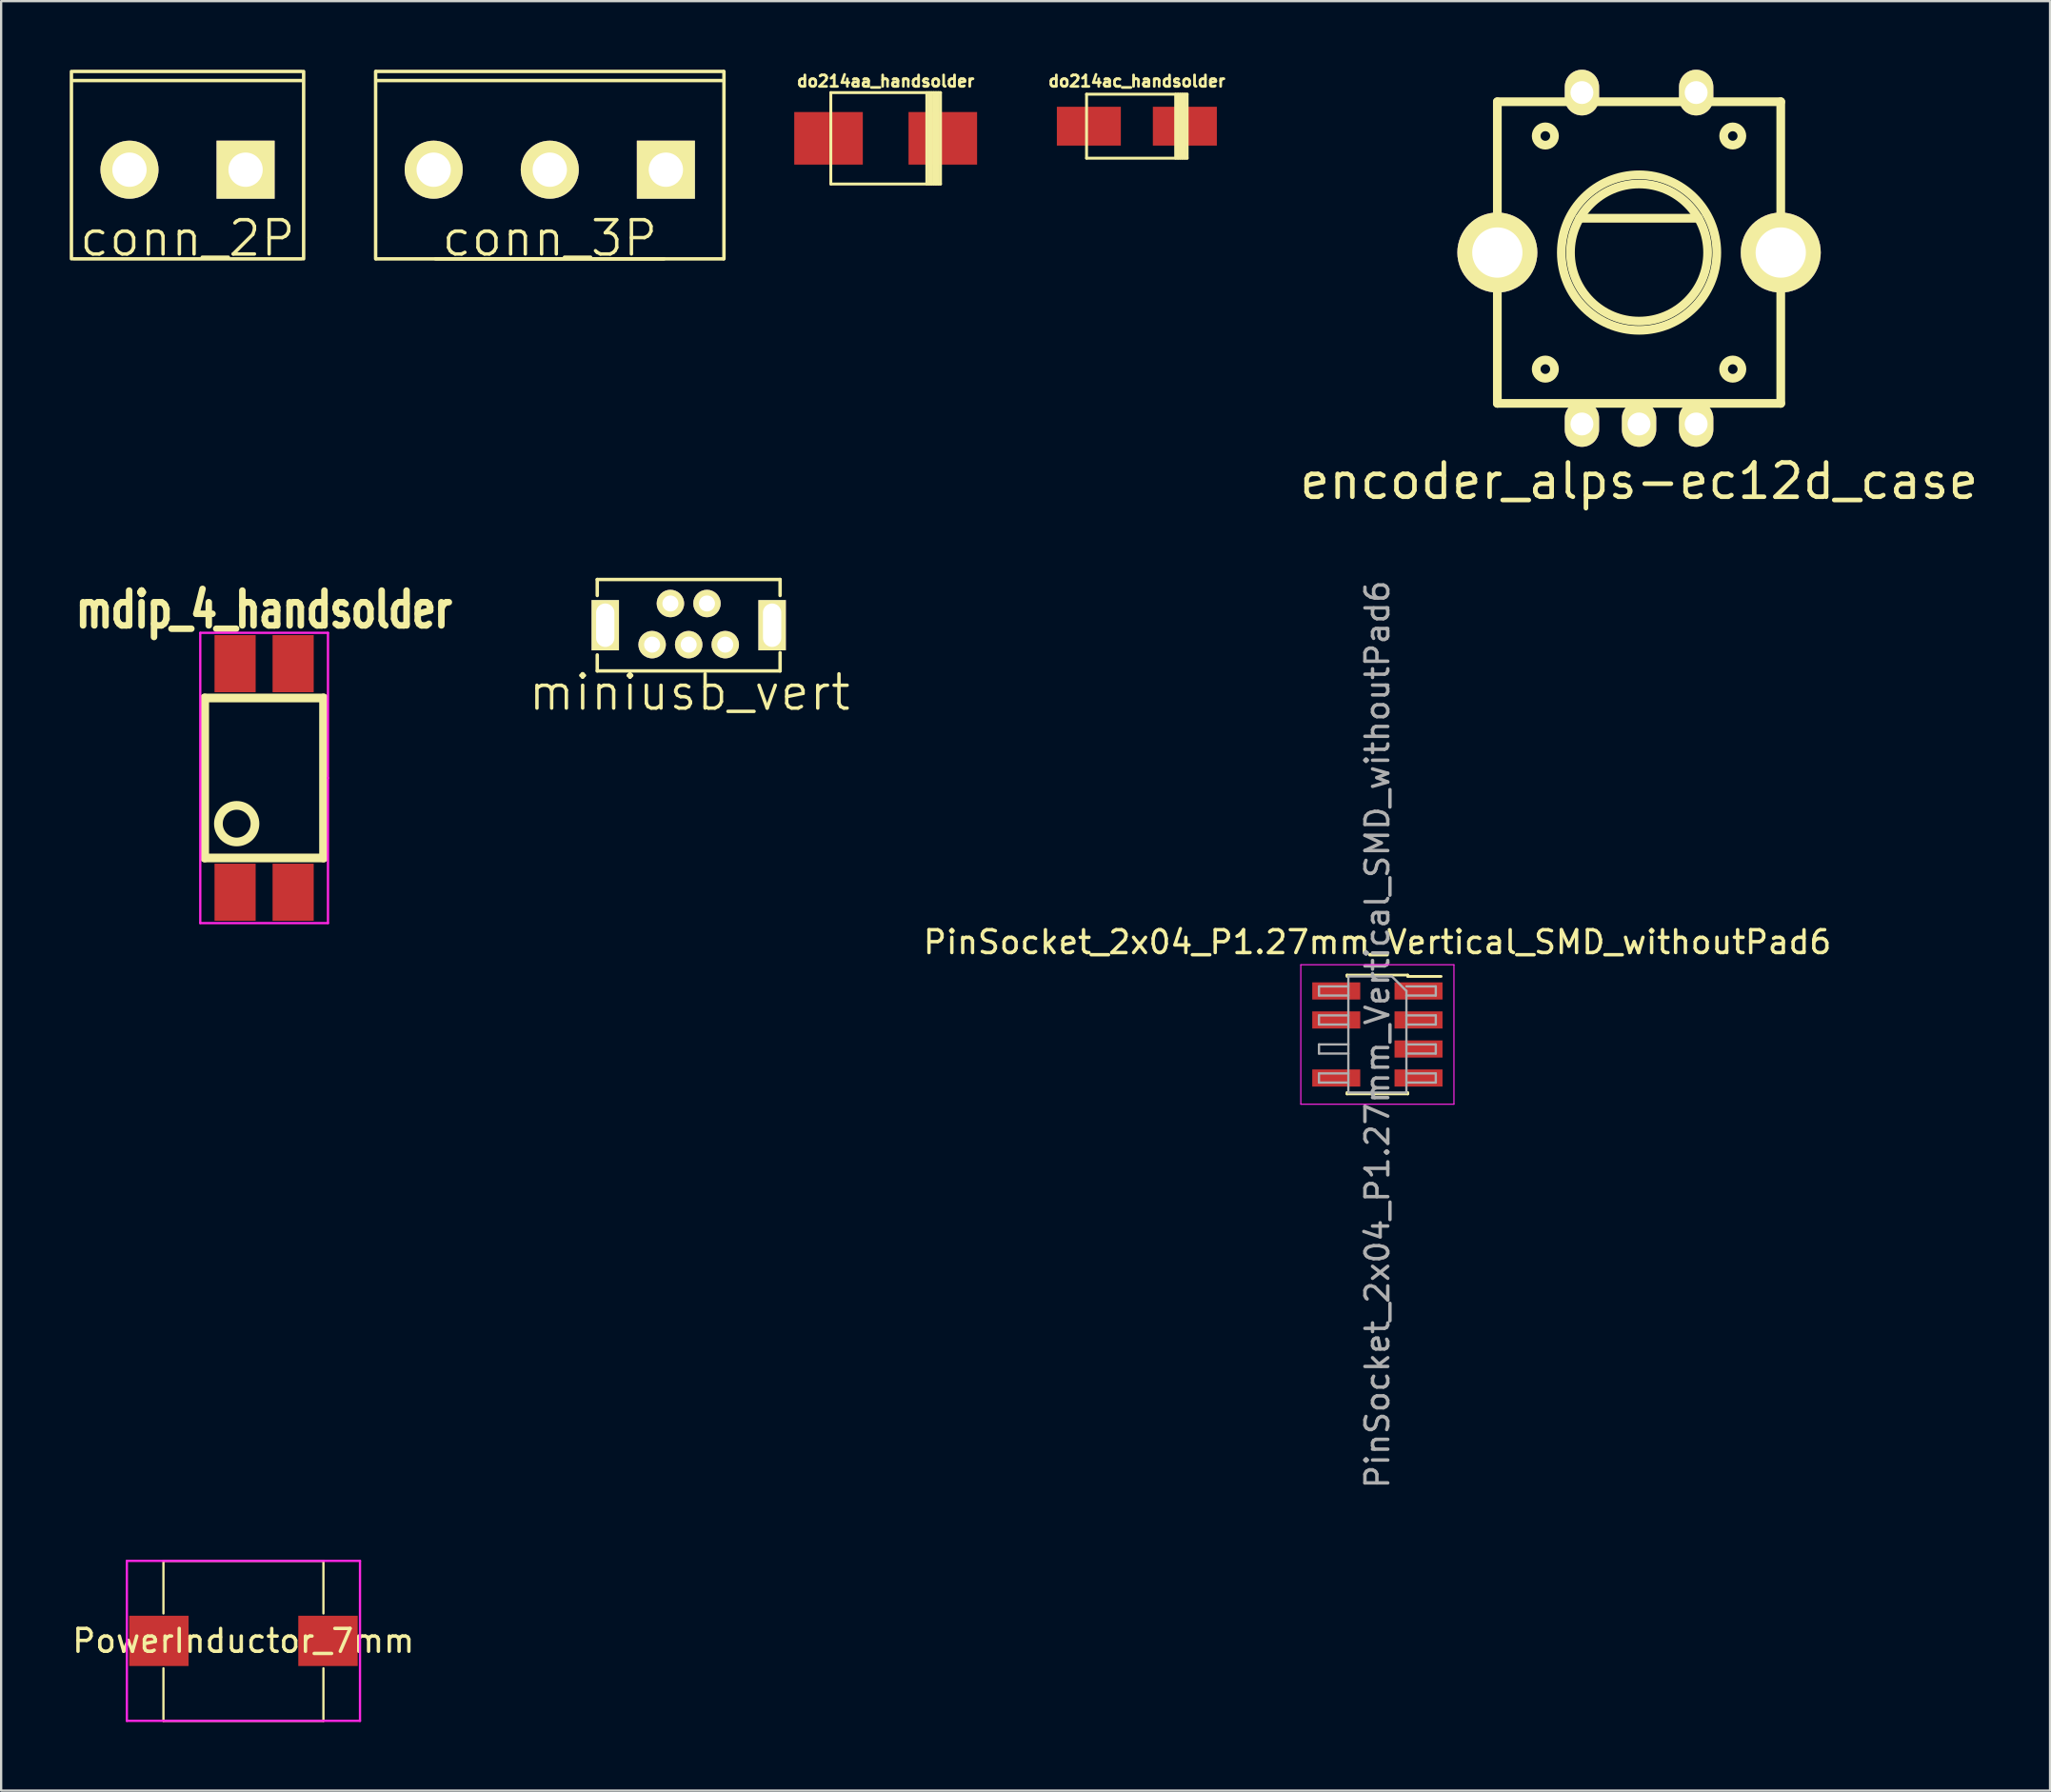
<source format=kicad_pcb>
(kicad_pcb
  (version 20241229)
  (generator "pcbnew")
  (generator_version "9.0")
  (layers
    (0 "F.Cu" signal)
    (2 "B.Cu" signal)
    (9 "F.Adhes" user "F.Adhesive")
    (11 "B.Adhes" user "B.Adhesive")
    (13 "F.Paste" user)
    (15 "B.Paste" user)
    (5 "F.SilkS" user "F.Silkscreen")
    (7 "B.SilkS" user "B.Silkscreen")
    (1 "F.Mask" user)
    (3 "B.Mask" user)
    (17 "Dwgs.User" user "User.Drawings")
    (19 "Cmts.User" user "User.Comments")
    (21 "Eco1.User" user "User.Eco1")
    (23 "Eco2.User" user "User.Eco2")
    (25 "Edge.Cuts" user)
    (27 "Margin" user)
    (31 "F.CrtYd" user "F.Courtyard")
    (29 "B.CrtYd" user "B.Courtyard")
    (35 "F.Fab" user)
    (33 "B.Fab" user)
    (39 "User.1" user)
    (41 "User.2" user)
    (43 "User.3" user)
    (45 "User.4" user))
  (footprint "PowerInductor_7mm"
    (layer "F.Cu")
    (at 7.601 68.744)
    (property "Reference" "PowerInductor_7mm" (at 0 0 0) (layer "F.SilkS") (effects (font (size 1 1) (thickness 0.15))))
    (attr through_hole)
    (fp_line (start -3.5 -3.5) (end 3.5 -3.5) (stroke (width 0.1) (type solid)) (layer "F.SilkS"))
    (fp_line (start -3.5 -1.2) (end -3.5 -3.5) (stroke (width 0.1) (type solid)) (layer "F.SilkS"))
    (fp_line (start -3.5 3.5) (end -3.5 1.2) (stroke (width 0.1) (type solid)) (layer "F.SilkS"))
    (fp_line (start 3.5 -3.5) (end 3.5 -1.2) (stroke (width 0.1) (type solid)) (layer "F.SilkS"))
    (fp_line (start 3.5 1.2) (end 3.5 3.5) (stroke (width 0.1) (type solid)) (layer "F.SilkS"))
    (fp_line (start 3.5 3.5) (end -3.5 3.5) (stroke (width 0.1) (type solid)) (layer "F.SilkS"))
    (fp_line (start -5.1 -3.5) (end 5.1 -3.5) (stroke (width 0.1) (type solid)) (layer "F.CrtYd"))
    (fp_line (start -5.1 0) (end -5.1 -3.5) (stroke (width 0.1) (type solid)) (layer "F.CrtYd"))
    (fp_line (start -5.1 3.5) (end -5.1 0) (stroke (width 0.1) (type solid)) (layer "F.CrtYd"))
    (fp_line (start 5.1 -3.5) (end 5.1 3.5) (stroke (width 0.1) (type solid)) (layer "F.CrtYd"))
    (fp_line (start 5.1 3.5) (end -5.1 3.5) (stroke (width 0.1) (type solid)) (layer "F.CrtYd"))
    (pad "1" smd rect (at 3.7 0) (size 2.6 2.2) (layers "F.Cu" "F.Mask" "F.Paste"))
    (pad "2" smd rect (at -3.7 0) (size 2.6 2.2) (layers "F.Cu" "F.Mask" "F.Paste")))
  (footprint "do214ac_handsolder"
    (layer "F.Cu")
    (at 46.691 2.471)
    (property "Reference" "do214ac_handsolder" (at 0 -1.968 0) (layer "F.SilkS") (effects (font (size 0.5 0.5) (thickness 0.119))))
    (attr through_hole)
    (fp_line (start -2.2 -1.4) (end -2.2 1.4) (stroke (width 0.127) (type solid)) (layer "F.SilkS"))
    (fp_line (start -2.2 1.4) (end 2.2 1.4) (stroke (width 0.127) (type solid)) (layer "F.SilkS"))
    (fp_line (start 1.699 -1.4) (end 1.699 1.4) (stroke (width 0.127) (type solid)) (layer "F.SilkS"))
    (fp_line (start 1.801 -1.4) (end 1.801 1.4) (stroke (width 0.127) (type solid)) (layer "F.SilkS"))
    (fp_line (start 1.9 1.4) (end 1.9 -1.4) (stroke (width 0.127) (type solid)) (layer "F.SilkS"))
    (fp_line (start 1.999 -1.4) (end 1.999 1.4) (stroke (width 0.127) (type solid)) (layer "F.SilkS"))
    (fp_line (start 2.101 1.4) (end 2.101 -1.4) (stroke (width 0.127) (type solid)) (layer "F.SilkS"))
    (fp_line (start 2.2 -1.4) (end -2.2 -1.4) (stroke (width 0.127) (type solid)) (layer "F.SilkS"))
    (fp_line (start 2.2 1.4) (end 2.2 -1.4) (stroke (width 0.127) (type solid)) (layer "F.SilkS"))
    (pad "1" smd rect (at -2.1 0) (size 2.8 1.699) (layers "F.Cu" "F.Mask" "F.Paste"))
    (pad "2" smd rect (at 2.1 0) (size 2.8 1.699) (layers "F.Cu" "F.Mask" "F.Paste")))
  (footprint "encoder_alps-ec12d_case"
    (layer "F.Cu")
    (at 68.664 8)
    (property "Reference" "encoder_alps-ec12d_case" (at 0 10 0) (layer "F.SilkS") (effects (font (size 1.501 1.501) (thickness 0.201))))
    (attr through_hole)
    (fp_line (start -6.2 -6.599) (end -6.2 6.599) (stroke (width 0.381) (type solid)) (layer "F.SilkS"))
    (fp_line (start -6.2 6.599) (end 6.2 6.599) (stroke (width 0.381) (type solid)) (layer "F.SilkS"))
    (fp_line (start -2.601 -1.501) (end 2.601 -1.501) (stroke (width 0.381) (type solid)) (layer "F.SilkS"))
    (fp_line (start 6.2 -6.599) (end -6.2 -6.599) (stroke (width 0.381) (type solid)) (layer "F.SilkS"))
    (fp_line (start 6.2 6.599) (end 6.2 -6.599) (stroke (width 0.381) (type solid)) (layer "F.SilkS"))
    (fp_circle (center -4.1 -5.1) (end -4.501 -5.1) (stroke (width 0.381) (type solid)) (fill no) (layer "F.SilkS"))
    (fp_circle (center -4.1 5.1) (end -4.501 5.1) (stroke (width 0.381) (type solid)) (fill no) (layer "F.SilkS"))
    (fp_circle (center 0 0) (end -3.401 0) (stroke (width 0.381) (type solid)) (fill no) (layer "F.SilkS"))
    (fp_circle (center 0 0) (end -3 0) (stroke (width 0.381) (type solid)) (fill no) (layer "F.SilkS"))
    (fp_circle (center 4.1 -5.1) (end 3.701 -5.1) (stroke (width 0.381) (type solid)) (fill no) (layer "F.SilkS"))
    (fp_circle (center 4.1 5.1) (end 4.501 5.1) (stroke (width 0.381) (type solid)) (fill no) (layer "F.SilkS"))
    (pad "1" thru_hole oval (at -2.499 7.501) (size 1.501 1.999) (drill 1.001) (layers "*.Cu" "*.Mask" "F.SilkS"))
    (pad "2" thru_hole oval (at 0 7.501) (size 1.501 1.999) (drill 1.001) (layers "*.Cu" "*.Mask" "F.SilkS"))
    (pad "3" thru_hole oval (at 2.499 7.501) (size 1.501 1.999) (drill 1.001) (layers "*.Cu" "*.Mask" "F.SilkS"))
    (pad "4" thru_hole oval (at 2.499 -7) (size 1.501 1.999) (drill 1.001) (layers "*.Cu" "*.Mask" "F.SilkS"))
    (pad "5" thru_hole oval (at -2.499 -7) (size 1.501 1.999) (drill 1.001) (layers "*.Cu" "*.Mask" "F.SilkS"))
    (pad "6" thru_hole circle (at -6.2 0) (size 3.5 3.5) (drill 2.2) (layers "*.Cu" "*.Mask" "F.SilkS"))
    (pad "6" thru_hole circle (at 6.2 0) (size 3.5 3.5) (drill 2.2) (layers "*.Cu" "*.Mask" "F.SilkS")))
  (footprint "conn_3P"
    (layer "F.Cu")
    (at 21.005 4.375)
    (property "Reference" "conn_3P" (at 0 3 0) (layer "F.SilkS") (effects (font (size 1.5 1.5) (thickness 0.15))))
    (attr through_hole)
    (fp_line (start -7.62 -4.3) (end -7.62 3.9) (stroke (width 0.15) (type solid)) (layer "F.SilkS"))
    (fp_line (start -7.6 -4.3) (end 7.6 -4.3) (stroke (width 0.15) (type solid)) (layer "F.SilkS"))
    (fp_line (start -7.6 -3.9) (end 7.6 -3.9) (stroke (width 0.15) (type solid)) (layer "F.SilkS"))
    (fp_line (start -7.6 3.9) (end 7.6 3.9) (stroke (width 0.15) (type solid)) (layer "F.SilkS"))
    (fp_line (start -5 3.9) (end 5 3.9) (stroke (width 0.15) (type solid)) (layer "F.SilkS"))
    (fp_line (start 7.62 3.9) (end 7.62 -4.3) (stroke (width 0.15) (type solid)) (layer "F.SilkS"))
    (pad "1" thru_hole rect (at 5.08 0) (size 2.54 2.54) (drill 1.5) (layers "*.Cu" "*.Mask" "F.SilkS"))
    (pad "2" thru_hole circle (at 0 0) (size 2.54 2.54) (drill 1.5) (layers "*.Cu" "*.Mask" "F.SilkS"))
    (pad "3" thru_hole circle (at -5.08 0) (size 2.54 2.54) (drill 1.5) (layers "*.Cu" "*.Mask" "F.SilkS")))
  (footprint "mdip_4_handsolder"
    (layer "F.Cu")
    (at 8.506 30.989)
    (property "Reference" "mdip_4_handsolder" (at 0 -7.366 0) (layer "F.SilkS") (effects (font (size 1.524 1.143) (thickness 0.287))))
    (attr through_hole)
    (fp_line (start -2.6 -3.5) (end -2.6 3.5) (stroke (width 0.381) (type solid)) (layer "F.SilkS"))
    (fp_line (start -2.6 3.5) (end 2.6 3.5) (stroke (width 0.381) (type solid)) (layer "F.SilkS"))
    (fp_line (start 2.6 -3.5) (end -2.6 -3.5) (stroke (width 0.381) (type solid)) (layer "F.SilkS"))
    (fp_line (start 2.6 3.5) (end 2.6 -3.5) (stroke (width 0.381) (type solid)) (layer "F.SilkS"))
    (fp_circle (center -1.2 2) (end -2 2) (stroke (width 0.381) (type solid)) (fill no) (layer "F.SilkS"))
    (fp_line (start -2.794 -6.35) (end -2.794 6.35) (stroke (width 0.1) (type solid)) (layer "F.CrtYd"))
    (fp_line (start -2.794 6.35) (end 2.794 6.35) (stroke (width 0.1) (type solid)) (layer "F.CrtYd"))
    (fp_line (start 2.794 -6.35) (end -2.794 -6.35) (stroke (width 0.1) (type solid)) (layer "F.CrtYd"))
    (fp_line (start 2.794 0) (end 2.794 -6.35) (stroke (width 0.1) (type solid)) (layer "F.CrtYd"))
    (fp_line (start 2.794 6.35) (end 2.794 0) (stroke (width 0.1) (type solid)) (layer "F.CrtYd"))
    (pad "1" smd rect (at -1.27 5) (size 1.8 2.5) (layers "F.Cu" "F.Mask" "F.Paste"))
    (pad "2" smd rect (at 1.27 5) (size 1.8 2.5) (layers "F.Cu" "F.Mask" "F.Paste"))
    (pad "3" smd rect (at 1.27 -5) (size 1.8 2.5) (layers "F.Cu" "F.Mask" "F.Paste"))
    (pad "4" smd rect (at -1.27 -5) (size 1.8 2.5) (layers "F.Cu" "F.Mask" "F.Paste")))
  (footprint "conn_2P"
    (layer "F.Cu")
    (at 5.155 4.375)
    (property "Reference" "conn_2P" (at 0 3 0) (layer "F.SilkS") (effects (font (size 1.5 1.5) (thickness 0.15))))
    (attr through_hole)
    (fp_line (start -5.08 -4.3) (end -5.08 3.9) (stroke (width 0.15) (type solid)) (layer "F.SilkS"))
    (fp_line (start -5 -3.9) (end 5 -3.9) (stroke (width 0.15) (type solid)) (layer "F.SilkS"))
    (fp_line (start -5 3.9) (end 5 3.9) (stroke (width 0.15) (type solid)) (layer "F.SilkS"))
    (fp_line (start 5 -4.3) (end -5 -4.3) (stroke (width 0.15) (type solid)) (layer "F.SilkS"))
    (fp_line (start 5.08 3.9) (end 5.08 -4.3) (stroke (width 0.15) (type solid)) (layer "F.SilkS"))
    (pad "1" thru_hole rect (at 2.54 0) (size 2.54 2.54) (drill 1.5) (layers "*.Cu" "*.Mask" "F.SilkS"))
    (pad "2" thru_hole circle (at -2.54 0) (size 2.54 2.54) (drill 1.5) (layers "*.Cu" "*.Mask" "F.SilkS")))
  (footprint "PinSocket_2x04_P1.27mm_Vertical_SMD_withoutPad6"
    (layer "F.Cu")
    (at 57.215 42.212)
    (property "Reference" "PinSocket_2x04_P1.27mm_Vertical_SMD_withoutPad6" (at 0 -4.04 0) (layer "F.SilkS") (effects (font (size 1 1) (thickness 0.15))))
    (attr smd)
    (fp_line (start -1.33 -2.6) (end -1.33 -2.54) (stroke (width 0.12) (type solid)) (layer "F.SilkS"))
    (fp_line (start -1.33 -2.6) (end 1.33 -2.6) (stroke (width 0.12) (type solid)) (layer "F.SilkS"))
    (fp_line (start -1.33 2.54) (end -1.33 2.6) (stroke (width 0.12) (type solid)) (layer "F.SilkS"))
    (fp_line (start -1.33 2.6) (end 1.33 2.6) (stroke (width 0.12) (type solid)) (layer "F.SilkS"))
    (fp_line (start 1.33 -2.6) (end 1.33 -2.54) (stroke (width 0.12) (type solid)) (layer "F.SilkS"))
    (fp_line (start 1.33 -2.54) (end 2.79 -2.54) (stroke (width 0.12) (type solid)) (layer "F.SilkS"))
    (fp_line (start 1.33 2.54) (end 1.33 2.6) (stroke (width 0.12) (type solid)) (layer "F.SilkS"))
    (fp_line (start -3.35 -3.05) (end 3.35 -3.05) (stroke (width 0.05) (type solid)) (layer "F.CrtYd"))
    (fp_line (start -3.35 3.05) (end -3.35 -3.05) (stroke (width 0.05) (type solid)) (layer "F.CrtYd"))
    (fp_line (start 3.35 -3.05) (end 3.35 3.05) (stroke (width 0.05) (type solid)) (layer "F.CrtYd"))
    (fp_line (start 3.35 3.05) (end -3.35 3.05) (stroke (width 0.05) (type solid)) (layer "F.CrtYd"))
    (fp_line (start -2.555 -2.105) (end -1.27 -2.105) (stroke (width 0.1) (type solid)) (layer "F.Fab"))
    (fp_line (start -2.555 -1.705) (end -2.555 -2.105) (stroke (width 0.1) (type solid)) (layer "F.Fab"))
    (fp_line (start -2.555 -0.835) (end -1.27 -0.835) (stroke (width 0.1) (type solid)) (layer "F.Fab"))
    (fp_line (start -2.555 -0.435) (end -2.555 -0.835) (stroke (width 0.1) (type solid)) (layer "F.Fab"))
    (fp_line (start -2.555 0.435) (end -1.27 0.435) (stroke (width 0.1) (type solid)) (layer "F.Fab"))
    (fp_line (start -2.555 0.835) (end -2.555 0.435) (stroke (width 0.1) (type solid)) (layer "F.Fab"))
    (fp_line (start -2.555 1.705) (end -1.27 1.705) (stroke (width 0.1) (type solid)) (layer "F.Fab"))
    (fp_line (start -2.555 2.105) (end -2.555 1.705) (stroke (width 0.1) (type solid)) (layer "F.Fab"))
    (fp_line (start -1.27 -2.54) (end 0.635 -2.54) (stroke (width 0.1) (type solid)) (layer "F.Fab"))
    (fp_line (start -1.27 -1.705) (end -2.555 -1.705) (stroke (width 0.1) (type solid)) (layer "F.Fab"))
    (fp_line (start -1.27 -0.435) (end -2.555 -0.435) (stroke (width 0.1) (type solid)) (layer "F.Fab"))
    (fp_line (start -1.27 0.835) (end -2.555 0.835) (stroke (width 0.1) (type solid)) (layer "F.Fab"))
    (fp_line (start -1.27 2.105) (end -2.555 2.105) (stroke (width 0.1) (type solid)) (layer "F.Fab"))
    (fp_line (start -1.27 2.54) (end -1.27 -2.54) (stroke (width 0.1) (type solid)) (layer "F.Fab"))
    (fp_line (start 0.635 -2.54) (end 1.27 -1.905) (stroke (width 0.1) (type solid)) (layer "F.Fab"))
    (fp_line (start 1.27 -2.105) (end 2.555 -2.105) (stroke (width 0.1) (type solid)) (layer "F.Fab"))
    (fp_line (start 1.27 -1.905) (end 1.27 2.54) (stroke (width 0.1) (type solid)) (layer "F.Fab"))
    (fp_line (start 1.27 -0.835) (end 2.555 -0.835) (stroke (width 0.1) (type solid)) (layer "F.Fab"))
    (fp_line (start 1.27 0.435) (end 2.555 0.435) (stroke (width 0.1) (type solid)) (layer "F.Fab"))
    (fp_line (start 1.27 1.705) (end 2.555 1.705) (stroke (width 0.1) (type solid)) (layer "F.Fab"))
    (fp_line (start 1.27 2.54) (end -1.27 2.54) (stroke (width 0.1) (type solid)) (layer "F.Fab"))
    (fp_line (start 2.555 -2.105) (end 2.555 -1.705) (stroke (width 0.1) (type solid)) (layer "F.Fab"))
    (fp_line (start 2.555 -1.705) (end 1.27 -1.705) (stroke (width 0.1) (type solid)) (layer "F.Fab"))
    (fp_line (start 2.555 -0.835) (end 2.555 -0.435) (stroke (width 0.1) (type solid)) (layer "F.Fab"))
    (fp_line (start 2.555 -0.435) (end 1.27 -0.435) (stroke (width 0.1) (type solid)) (layer "F.Fab"))
    (fp_line (start 2.555 0.435) (end 2.555 0.835) (stroke (width 0.1) (type solid)) (layer "F.Fab"))
    (fp_line (start 2.555 0.835) (end 1.27 0.835) (stroke (width 0.1) (type solid)) (layer "F.Fab"))
    (fp_line (start 2.555 1.705) (end 2.555 2.105) (stroke (width 0.1) (type solid)) (layer "F.Fab"))
    (fp_line (start 2.555 2.105) (end 1.27 2.105) (stroke (width 0.1) (type solid)) (layer "F.Fab"))
    (fp_text user "${REFERENCE}" (at 0 0 90) (layer "F.Fab") (effects (font (size 1 1) (thickness 0.15))))
    (pad "1" smd rect (at 1.8 -1.905) (size 2.1 0.75) (layers "F.Cu" "F.Mask" "F.Paste"))
    (pad "2" smd rect (at -1.8 -1.905) (size 2.1 0.75) (layers "F.Cu" "F.Mask" "F.Paste"))
    (pad "3" smd rect (at 1.8 -0.635) (size 2.1 0.75) (layers "F.Cu" "F.Mask" "F.Paste"))
    (pad "4" smd rect (at -1.8 -0.635) (size 2.1 0.75) (layers "F.Cu" "F.Mask" "F.Paste"))
    (pad "5" smd rect (at 1.8 0.635) (size 2.1 0.75) (layers "F.Cu" "F.Mask" "F.Paste"))
    (pad "7" smd rect (at 1.8 1.905) (size 2.1 0.75) (layers "F.Cu" "F.Mask" "F.Paste"))
    (pad "8" smd rect (at -1.8 1.905) (size 2.1 0.75) (layers "F.Cu" "F.Mask" "F.Paste")))
  (footprint "do214aa_handsolder"
    (layer "F.Cu")
    (at 35.701 3.002)
    (property "Reference" "do214aa_handsolder" (at 0 -2.499 0) (layer "F.SilkS") (effects (font (size 0.5 0.5) (thickness 0.119))))
    (attr through_hole)
    (fp_line (start -2.4 -1.999) (end 2.4 -1.999) (stroke (width 0.127) (type solid)) (layer "F.SilkS"))
    (fp_line (start -2.4 1.999) (end -2.4 -1.999) (stroke (width 0.127) (type solid)) (layer "F.SilkS"))
    (fp_line (start 1.801 -1.999) (end 1.801 1.999) (stroke (width 0.127) (type solid)) (layer "F.SilkS"))
    (fp_line (start 1.9 -1.999) (end 1.9 1.999) (stroke (width 0.127) (type solid)) (layer "F.SilkS"))
    (fp_line (start 1.999 1.999) (end 1.999 -1.999) (stroke (width 0.127) (type solid)) (layer "F.SilkS"))
    (fp_line (start 2.101 -1.999) (end 2.101 1.999) (stroke (width 0.127) (type solid)) (layer "F.SilkS"))
    (fp_line (start 2.2 1.999) (end 2.2 -1.999) (stroke (width 0.127) (type solid)) (layer "F.SilkS"))
    (fp_line (start 2.301 -1.999) (end 2.301 1.999) (stroke (width 0.127) (type solid)) (layer "F.SilkS"))
    (fp_line (start 2.4 -1.999) (end 2.4 1.999) (stroke (width 0.127) (type solid)) (layer "F.SilkS"))
    (fp_line (start 2.4 1.999) (end -2.4 1.999) (stroke (width 0.127) (type solid)) (layer "F.SilkS"))
    (pad "1" smd rect (at 2.5 0) (size 3 2.301) (layers "F.Cu" "F.Mask" "F.Paste"))
    (pad "2" smd rect (at -2.5 0) (size 3 2.301) (layers "F.Cu" "F.Mask" "F.Paste")))
  (footprint "miniusb_vert"
    (layer "F.Cu")
    (at 27.082 24.305)
    (property "Reference" "miniusb_vert" (at 0.04 2.94 0) (layer "F.SilkS") (effects (font (size 1.5 1.5) (thickness 0.15))))
    (attr through_hole)
    (fp_line (start -4 -2) (end -4 -1.3) (stroke (width 0.15) (type solid)) (layer "F.SilkS"))
    (fp_line (start -4 -2) (end 4 -2) (stroke (width 0.15) (type solid)) (layer "F.SilkS"))
    (fp_line (start -4 2) (end -4 1.3) (stroke (width 0.15) (type solid)) (layer "F.SilkS"))
    (fp_line (start 4 -2) (end 4 -1.3) (stroke (width 0.15) (type solid)) (layer "F.SilkS"))
    (fp_line (start 4 1.2) (end 4 2) (stroke (width 0.15) (type solid)) (layer "F.SilkS"))
    (fp_line (start 4 2) (end -4 2) (stroke (width 0.15) (type solid)) (layer "F.SilkS"))
    (pad "" thru_hole rect (at -3.65 0) (size 1.2 2.2) (drill oval 0.8 1.9) (layers "*.Cu" "*.Mask" "F.SilkS"))
    (pad "" thru_hole rect (at 3.65 0) (size 1.2 2.2) (drill oval 0.8 1.9) (layers "*.Cu" "*.Mask" "F.SilkS"))
    (pad "1" thru_hole circle (at 1.6 0.85) (size 1.2 1.2) (drill 0.7) (layers "*.Cu" "*.Mask" "F.SilkS"))
    (pad "2" thru_hole circle (at 0.8 -0.95) (size 1.2 1.2) (drill 0.7) (layers "*.Cu" "*.Mask" "F.SilkS"))
    (pad "3" thru_hole circle (at 0 0.85) (size 1.2 1.2) (drill 0.7) (layers "*.Cu" "*.Mask" "F.SilkS"))
    (pad "4" thru_hole circle (at -0.8 -0.95) (size 1.2 1.2) (drill 0.7) (layers "*.Cu" "*.Mask" "F.SilkS"))
    (pad "5" thru_hole circle (at -1.6 0.85) (size 1.2 1.2) (drill 0.7) (layers "*.Cu" "*.Mask" "F.SilkS")))
  (gr_rect
    (start -3 -3)
    (end 86.647 75.294)
    (stroke (width 0.1) (type default))
    (fill no)
    (layer "Edge.Cuts")))
</source>
